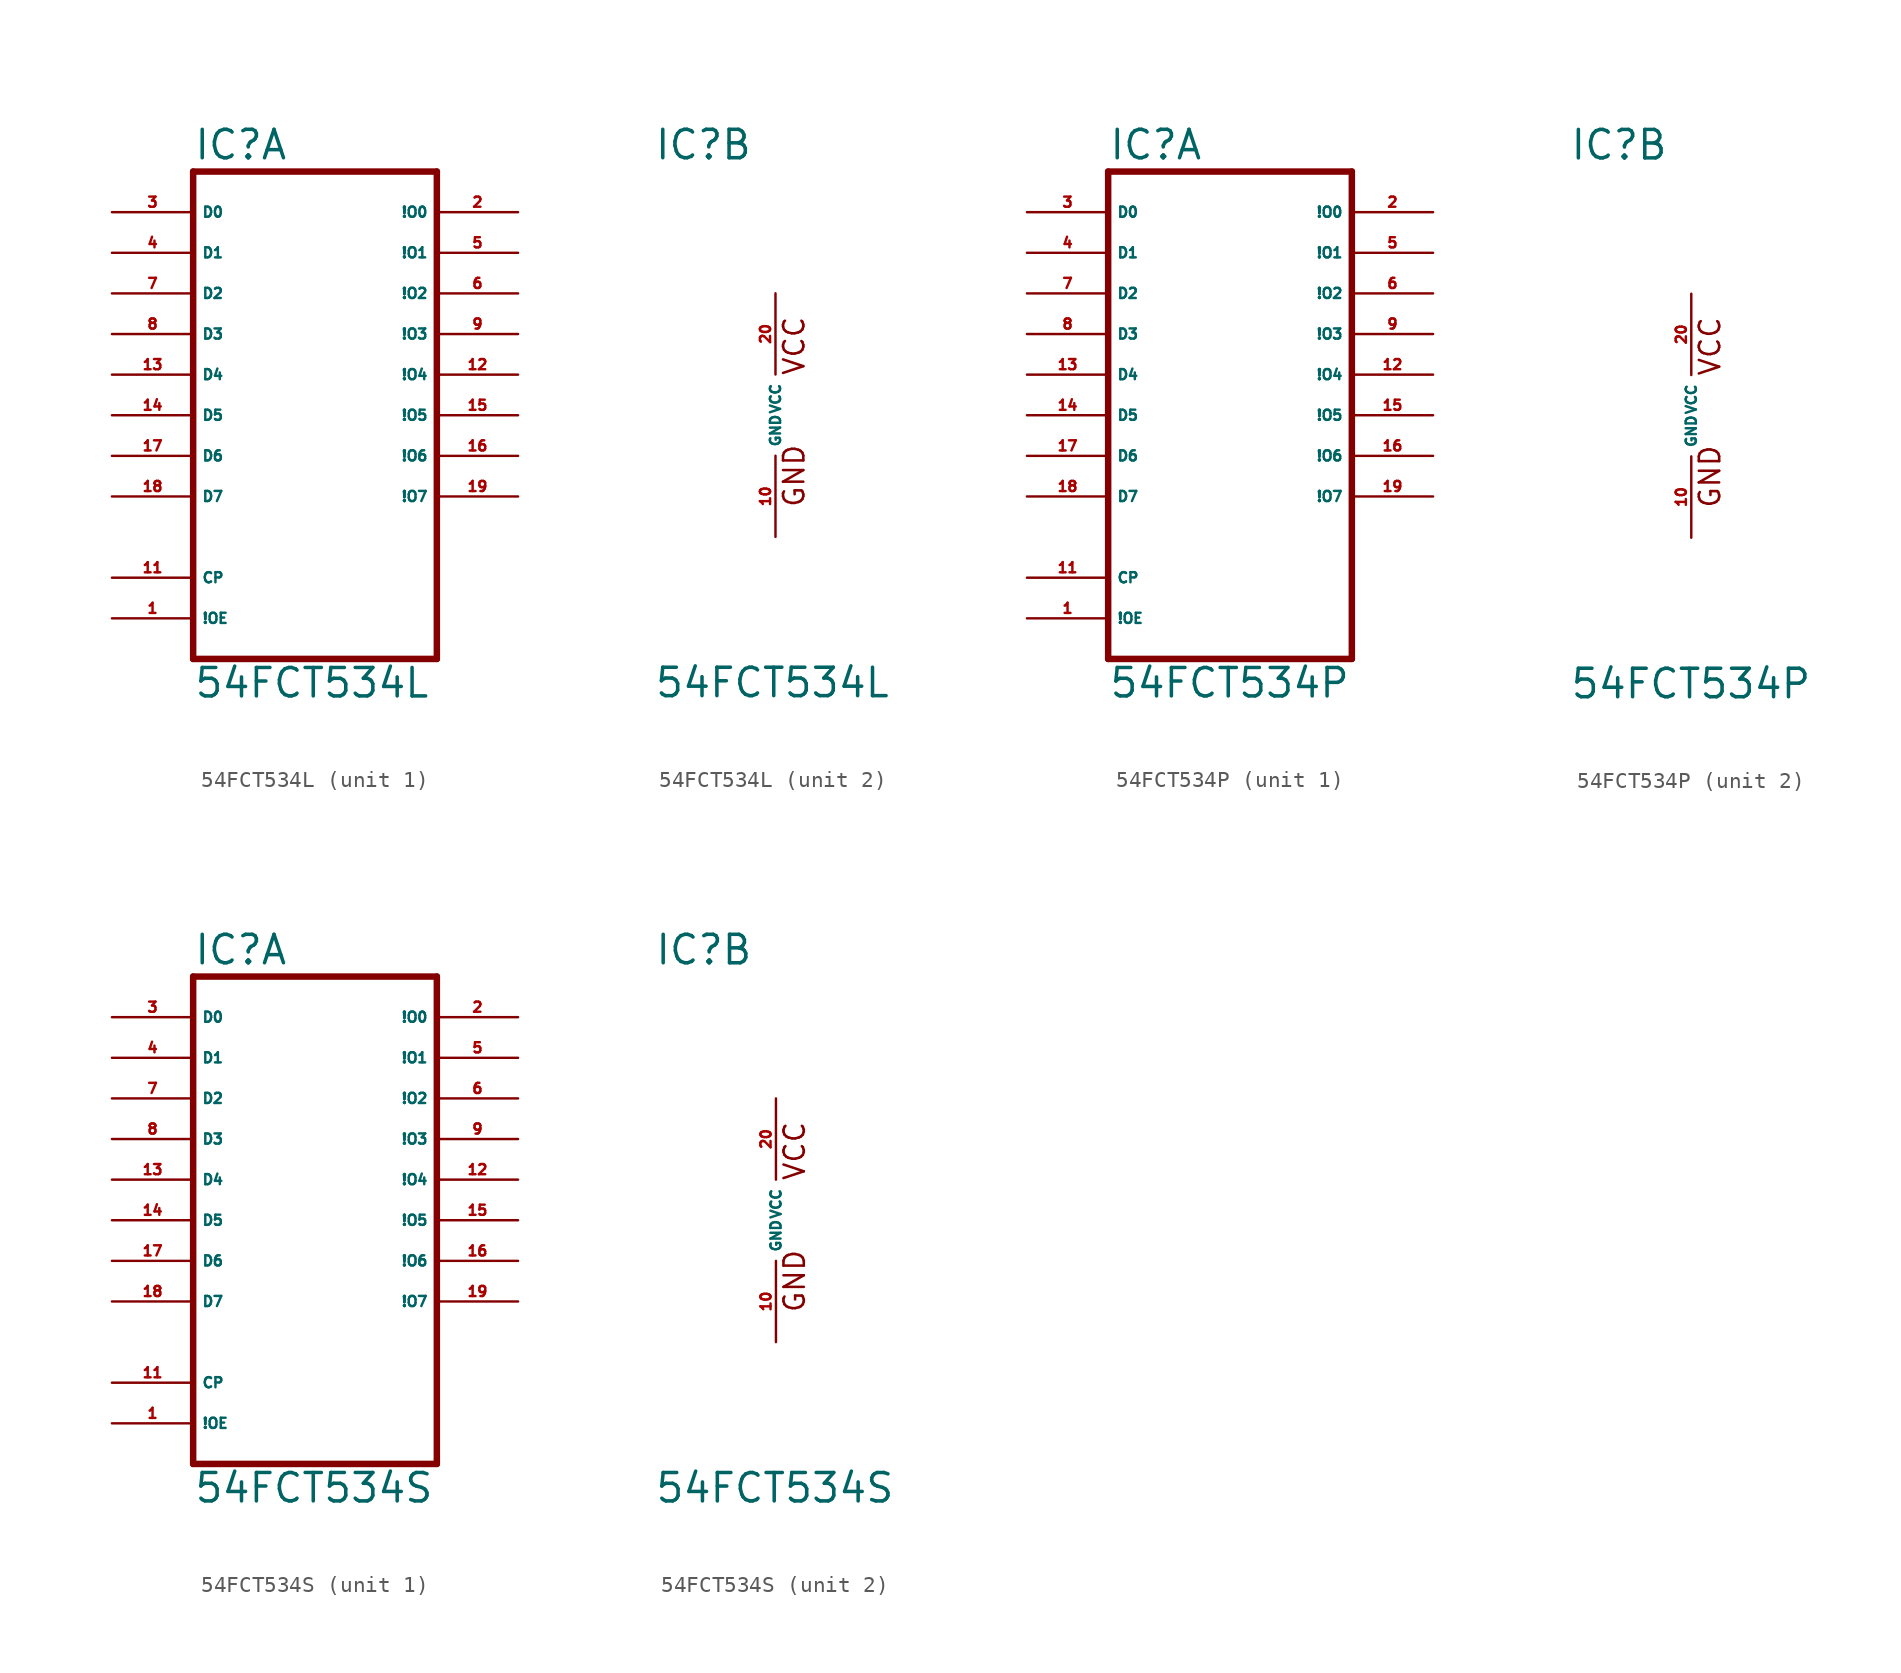
<source format=kicad_sym>
(kicad_symbol_lib
  (version 20220914)
  (generator Eagle2Kicad)
  (symbol "54FCT534L"
    (property "Reference" "IC"
      (at -7.62 15.875 0)
      (effects (font (size 1.778 1.778) (thickness 0.22)) (justify left bottom)))
    (property "Value" "54FCT534L"
      (at -7.62 -17.78 0)
      (effects (font (size 1.778 1.778) (thickness 0.22)) (justify left bottom)))
    (symbol "54FCT534L_1_0"
      (polyline (pts (xy -7.62 -15.24) (xy 7.62 -15.24)) (stroke (width 0.406) (type default)) (fill (type none)))
      (polyline (pts (xy 7.62 -15.24) (xy 7.62 15.24)) (stroke (width 0.406) (type default)) (fill (type none)))
      (polyline (pts (xy 7.62 15.24) (xy -7.62 15.24)) (stroke (width 0.406) (type default)) (fill (type none)))
      (polyline (pts (xy -7.62 15.24) (xy -7.62 -15.24)) (stroke (width 0.406) (type default)) (fill (type none)))
      (pin input line (at -12.7 12.7 0) (length 5.08) (name "D0" (effects (font (size 0.635 0.635) (thickness 0.08)) (justify left bottom))) (number "3" (effects (font (size 0.635 0.635) (thickness 0.08)) (justify left bottom))))
      (pin input line (at -12.7 10.16 0) (length 5.08) (name "D1" (effects (font (size 0.635 0.635) (thickness 0.08)) (justify left bottom))) (number "4" (effects (font (size 0.635 0.635) (thickness 0.08)) (justify left bottom))))
      (pin input line (at -12.7 7.62 0) (length 5.08) (name "D2" (effects (font (size 0.635 0.635) (thickness 0.08)) (justify left bottom))) (number "7" (effects (font (size 0.635 0.635) (thickness 0.08)) (justify left bottom))))
      (pin input line (at -12.7 5.08 0) (length 5.08) (name "D3" (effects (font (size 0.635 0.635) (thickness 0.08)) (justify left bottom))) (number "8" (effects (font (size 0.635 0.635) (thickness 0.08)) (justify left bottom))))
      (pin input line (at -12.7 2.54 0) (length 5.08) (name "D4" (effects (font (size 0.635 0.635) (thickness 0.08)) (justify left bottom))) (number "13" (effects (font (size 0.635 0.635) (thickness 0.08)) (justify left bottom))))
      (pin input line (at -12.7 0 0) (length 5.08) (name "D5" (effects (font (size 0.635 0.635) (thickness 0.08)) (justify left bottom))) (number "14" (effects (font (size 0.635 0.635) (thickness 0.08)) (justify left bottom))))
      (pin input line (at -12.7 -2.54 0) (length 5.08) (name "D6" (effects (font (size 0.635 0.635) (thickness 0.08)) (justify left bottom))) (number "17" (effects (font (size 0.635 0.635) (thickness 0.08)) (justify left bottom))))
      (pin input line (at -12.7 -5.08 0) (length 5.08) (name "D7" (effects (font (size 0.635 0.635) (thickness 0.08)) (justify left bottom))) (number "18" (effects (font (size 0.635 0.635) (thickness 0.08)) (justify left bottom))))
      (pin input line (at -12.7 -10.16 0) (length 5.08) (name "CP" (effects (font (size 0.635 0.635) (thickness 0.08)) (justify left bottom))) (number "11" (effects (font (size 0.635 0.635) (thickness 0.08)) (justify left bottom))))
      (pin input line (at -12.7 -12.7 0) (length 5.08) (name "!OE" (effects (font (size 0.635 0.635) (thickness 0.08)) (justify left bottom))) (number "1" (effects (font (size 0.635 0.635) (thickness 0.08)) (justify left bottom))))
      (pin output line (at 12.7 12.7 180) (length 5.08) (name "!O0" (effects (font (size 0.635 0.635) (thickness 0.08)) (justify left bottom))) (number "2" (effects (font (size 0.635 0.635) (thickness 0.08)) (justify left bottom))))
      (pin output line (at 12.7 10.16 180) (length 5.08) (name "!O1" (effects (font (size 0.635 0.635) (thickness 0.08)) (justify left bottom))) (number "5" (effects (font (size 0.635 0.635) (thickness 0.08)) (justify left bottom))))
      (pin output line (at 12.7 7.62 180) (length 5.08) (name "!O2" (effects (font (size 0.635 0.635) (thickness 0.08)) (justify left bottom))) (number "6" (effects (font (size 0.635 0.635) (thickness 0.08)) (justify left bottom))))
      (pin output line (at 12.7 5.08 180) (length 5.08) (name "!O3" (effects (font (size 0.635 0.635) (thickness 0.08)) (justify left bottom))) (number "9" (effects (font (size 0.635 0.635) (thickness 0.08)) (justify left bottom))))
      (pin output line (at 12.7 2.54 180) (length 5.08) (name "!O4" (effects (font (size 0.635 0.635) (thickness 0.08)) (justify left bottom))) (number "12" (effects (font (size 0.635 0.635) (thickness 0.08)) (justify left bottom))))
      (pin output line (at 12.7 0 180) (length 5.08) (name "!O5" (effects (font (size 0.635 0.635) (thickness 0.08)) (justify left bottom))) (number "15" (effects (font (size 0.635 0.635) (thickness 0.08)) (justify left bottom))))
      (pin output line (at 12.7 -2.54 180) (length 5.08) (name "!O6" (effects (font (size 0.635 0.635) (thickness 0.08)) (justify left bottom))) (number "16" (effects (font (size 0.635 0.635) (thickness 0.08)) (justify left bottom))))
      (pin output line (at 12.7 -5.08 180) (length 5.08) (name "!O7" (effects (font (size 0.635 0.635) (thickness 0.08)) (justify left bottom))) (number "19" (effects (font (size 0.635 0.635) (thickness 0.08)) (justify left bottom)))))
    (symbol "54FCT534L_2_0"
      (text "GND" (at 1.905 -5.842 900) (effects (font (size 1.27 1.27) (thickness 0.16)) (justify left bottom)))
      (text "VCC" (at 1.905 2.413 900) (effects (font (size 1.27 1.27) (thickness 0.16)) (justify left bottom)))
      (pin unspecified line (at 0 7.62 270) (length 5.08) (name "VCC" (effects (font (size 0.635 0.635) (thickness 0.08)) (justify left bottom))) (number "20" (effects (font (size 0.635 0.635) (thickness 0.08)) (justify left bottom))))
      (pin unspecified line (at 0 -7.62 90) (length 5.08) (name "GND" (effects (font (size 0.635 0.635) (thickness 0.08)) (justify left bottom))) (number "10" (effects (font (size 0.635 0.635) (thickness 0.08)) (justify left bottom))))))
  (symbol "54FCT534P"
    (property "Reference" "IC"
      (at -7.62 15.875 0)
      (effects (font (size 1.778 1.778) (thickness 0.22)) (justify left bottom)))
    (property "Value" "54FCT534P"
      (at -7.62 -17.78 0)
      (effects (font (size 1.778 1.778) (thickness 0.22)) (justify left bottom)))
    (symbol "54FCT534P_1_0"
      (polyline (pts (xy -7.62 -15.24) (xy 7.62 -15.24)) (stroke (width 0.406) (type default)) (fill (type none)))
      (polyline (pts (xy 7.62 -15.24) (xy 7.62 15.24)) (stroke (width 0.406) (type default)) (fill (type none)))
      (polyline (pts (xy 7.62 15.24) (xy -7.62 15.24)) (stroke (width 0.406) (type default)) (fill (type none)))
      (polyline (pts (xy -7.62 15.24) (xy -7.62 -15.24)) (stroke (width 0.406) (type default)) (fill (type none)))
      (pin input line (at -12.7 12.7 0) (length 5.08) (name "D0" (effects (font (size 0.635 0.635) (thickness 0.08)) (justify left bottom))) (number "3" (effects (font (size 0.635 0.635) (thickness 0.08)) (justify left bottom))))
      (pin input line (at -12.7 10.16 0) (length 5.08) (name "D1" (effects (font (size 0.635 0.635) (thickness 0.08)) (justify left bottom))) (number "4" (effects (font (size 0.635 0.635) (thickness 0.08)) (justify left bottom))))
      (pin input line (at -12.7 7.62 0) (length 5.08) (name "D2" (effects (font (size 0.635 0.635) (thickness 0.08)) (justify left bottom))) (number "7" (effects (font (size 0.635 0.635) (thickness 0.08)) (justify left bottom))))
      (pin input line (at -12.7 5.08 0) (length 5.08) (name "D3" (effects (font (size 0.635 0.635) (thickness 0.08)) (justify left bottom))) (number "8" (effects (font (size 0.635 0.635) (thickness 0.08)) (justify left bottom))))
      (pin input line (at -12.7 2.54 0) (length 5.08) (name "D4" (effects (font (size 0.635 0.635) (thickness 0.08)) (justify left bottom))) (number "13" (effects (font (size 0.635 0.635) (thickness 0.08)) (justify left bottom))))
      (pin input line (at -12.7 0 0) (length 5.08) (name "D5" (effects (font (size 0.635 0.635) (thickness 0.08)) (justify left bottom))) (number "14" (effects (font (size 0.635 0.635) (thickness 0.08)) (justify left bottom))))
      (pin input line (at -12.7 -2.54 0) (length 5.08) (name "D6" (effects (font (size 0.635 0.635) (thickness 0.08)) (justify left bottom))) (number "17" (effects (font (size 0.635 0.635) (thickness 0.08)) (justify left bottom))))
      (pin input line (at -12.7 -5.08 0) (length 5.08) (name "D7" (effects (font (size 0.635 0.635) (thickness 0.08)) (justify left bottom))) (number "18" (effects (font (size 0.635 0.635) (thickness 0.08)) (justify left bottom))))
      (pin input line (at -12.7 -10.16 0) (length 5.08) (name "CP" (effects (font (size 0.635 0.635) (thickness 0.08)) (justify left bottom))) (number "11" (effects (font (size 0.635 0.635) (thickness 0.08)) (justify left bottom))))
      (pin input line (at -12.7 -12.7 0) (length 5.08) (name "!OE" (effects (font (size 0.635 0.635) (thickness 0.08)) (justify left bottom))) (number "1" (effects (font (size 0.635 0.635) (thickness 0.08)) (justify left bottom))))
      (pin output line (at 12.7 12.7 180) (length 5.08) (name "!O0" (effects (font (size 0.635 0.635) (thickness 0.08)) (justify left bottom))) (number "2" (effects (font (size 0.635 0.635) (thickness 0.08)) (justify left bottom))))
      (pin output line (at 12.7 10.16 180) (length 5.08) (name "!O1" (effects (font (size 0.635 0.635) (thickness 0.08)) (justify left bottom))) (number "5" (effects (font (size 0.635 0.635) (thickness 0.08)) (justify left bottom))))
      (pin output line (at 12.7 7.62 180) (length 5.08) (name "!O2" (effects (font (size 0.635 0.635) (thickness 0.08)) (justify left bottom))) (number "6" (effects (font (size 0.635 0.635) (thickness 0.08)) (justify left bottom))))
      (pin output line (at 12.7 5.08 180) (length 5.08) (name "!O3" (effects (font (size 0.635 0.635) (thickness 0.08)) (justify left bottom))) (number "9" (effects (font (size 0.635 0.635) (thickness 0.08)) (justify left bottom))))
      (pin output line (at 12.7 2.54 180) (length 5.08) (name "!O4" (effects (font (size 0.635 0.635) (thickness 0.08)) (justify left bottom))) (number "12" (effects (font (size 0.635 0.635) (thickness 0.08)) (justify left bottom))))
      (pin output line (at 12.7 0 180) (length 5.08) (name "!O5" (effects (font (size 0.635 0.635) (thickness 0.08)) (justify left bottom))) (number "15" (effects (font (size 0.635 0.635) (thickness 0.08)) (justify left bottom))))
      (pin output line (at 12.7 -2.54 180) (length 5.08) (name "!O6" (effects (font (size 0.635 0.635) (thickness 0.08)) (justify left bottom))) (number "16" (effects (font (size 0.635 0.635) (thickness 0.08)) (justify left bottom))))
      (pin output line (at 12.7 -5.08 180) (length 5.08) (name "!O7" (effects (font (size 0.635 0.635) (thickness 0.08)) (justify left bottom))) (number "19" (effects (font (size 0.635 0.635) (thickness 0.08)) (justify left bottom)))))
    (symbol "54FCT534P_2_0"
      (text "GND" (at 1.905 -5.842 900) (effects (font (size 1.27 1.27) (thickness 0.16)) (justify left bottom)))
      (text "VCC" (at 1.905 2.413 900) (effects (font (size 1.27 1.27) (thickness 0.16)) (justify left bottom)))
      (pin unspecified line (at 0 7.62 270) (length 5.08) (name "VCC" (effects (font (size 0.635 0.635) (thickness 0.08)) (justify left bottom))) (number "20" (effects (font (size 0.635 0.635) (thickness 0.08)) (justify left bottom))))
      (pin unspecified line (at 0 -7.62 90) (length 5.08) (name "GND" (effects (font (size 0.635 0.635) (thickness 0.08)) (justify left bottom))) (number "10" (effects (font (size 0.635 0.635) (thickness 0.08)) (justify left bottom))))))
  (symbol "54FCT534S"
    (property "Reference" "IC"
      (at -7.62 15.875 0)
      (effects (font (size 1.778 1.778) (thickness 0.22)) (justify left bottom)))
    (property "Value" "54FCT534S"
      (at -7.62 -17.78 0)
      (effects (font (size 1.778 1.778) (thickness 0.22)) (justify left bottom)))
    (symbol "54FCT534S_1_0"
      (polyline (pts (xy -7.62 -15.24) (xy 7.62 -15.24)) (stroke (width 0.406) (type default)) (fill (type none)))
      (polyline (pts (xy 7.62 -15.24) (xy 7.62 15.24)) (stroke (width 0.406) (type default)) (fill (type none)))
      (polyline (pts (xy 7.62 15.24) (xy -7.62 15.24)) (stroke (width 0.406) (type default)) (fill (type none)))
      (polyline (pts (xy -7.62 15.24) (xy -7.62 -15.24)) (stroke (width 0.406) (type default)) (fill (type none)))
      (pin input line (at -12.7 12.7 0) (length 5.08) (name "D0" (effects (font (size 0.635 0.635) (thickness 0.08)) (justify left bottom))) (number "3" (effects (font (size 0.635 0.635) (thickness 0.08)) (justify left bottom))))
      (pin input line (at -12.7 10.16 0) (length 5.08) (name "D1" (effects (font (size 0.635 0.635) (thickness 0.08)) (justify left bottom))) (number "4" (effects (font (size 0.635 0.635) (thickness 0.08)) (justify left bottom))))
      (pin input line (at -12.7 7.62 0) (length 5.08) (name "D2" (effects (font (size 0.635 0.635) (thickness 0.08)) (justify left bottom))) (number "7" (effects (font (size 0.635 0.635) (thickness 0.08)) (justify left bottom))))
      (pin input line (at -12.7 5.08 0) (length 5.08) (name "D3" (effects (font (size 0.635 0.635) (thickness 0.08)) (justify left bottom))) (number "8" (effects (font (size 0.635 0.635) (thickness 0.08)) (justify left bottom))))
      (pin input line (at -12.7 2.54 0) (length 5.08) (name "D4" (effects (font (size 0.635 0.635) (thickness 0.08)) (justify left bottom))) (number "13" (effects (font (size 0.635 0.635) (thickness 0.08)) (justify left bottom))))
      (pin input line (at -12.7 0 0) (length 5.08) (name "D5" (effects (font (size 0.635 0.635) (thickness 0.08)) (justify left bottom))) (number "14" (effects (font (size 0.635 0.635) (thickness 0.08)) (justify left bottom))))
      (pin input line (at -12.7 -2.54 0) (length 5.08) (name "D6" (effects (font (size 0.635 0.635) (thickness 0.08)) (justify left bottom))) (number "17" (effects (font (size 0.635 0.635) (thickness 0.08)) (justify left bottom))))
      (pin input line (at -12.7 -5.08 0) (length 5.08) (name "D7" (effects (font (size 0.635 0.635) (thickness 0.08)) (justify left bottom))) (number "18" (effects (font (size 0.635 0.635) (thickness 0.08)) (justify left bottom))))
      (pin input line (at -12.7 -10.16 0) (length 5.08) (name "CP" (effects (font (size 0.635 0.635) (thickness 0.08)) (justify left bottom))) (number "11" (effects (font (size 0.635 0.635) (thickness 0.08)) (justify left bottom))))
      (pin input line (at -12.7 -12.7 0) (length 5.08) (name "!OE" (effects (font (size 0.635 0.635) (thickness 0.08)) (justify left bottom))) (number "1" (effects (font (size 0.635 0.635) (thickness 0.08)) (justify left bottom))))
      (pin output line (at 12.7 12.7 180) (length 5.08) (name "!O0" (effects (font (size 0.635 0.635) (thickness 0.08)) (justify left bottom))) (number "2" (effects (font (size 0.635 0.635) (thickness 0.08)) (justify left bottom))))
      (pin output line (at 12.7 10.16 180) (length 5.08) (name "!O1" (effects (font (size 0.635 0.635) (thickness 0.08)) (justify left bottom))) (number "5" (effects (font (size 0.635 0.635) (thickness 0.08)) (justify left bottom))))
      (pin output line (at 12.7 7.62 180) (length 5.08) (name "!O2" (effects (font (size 0.635 0.635) (thickness 0.08)) (justify left bottom))) (number "6" (effects (font (size 0.635 0.635) (thickness 0.08)) (justify left bottom))))
      (pin output line (at 12.7 5.08 180) (length 5.08) (name "!O3" (effects (font (size 0.635 0.635) (thickness 0.08)) (justify left bottom))) (number "9" (effects (font (size 0.635 0.635) (thickness 0.08)) (justify left bottom))))
      (pin output line (at 12.7 2.54 180) (length 5.08) (name "!O4" (effects (font (size 0.635 0.635) (thickness 0.08)) (justify left bottom))) (number "12" (effects (font (size 0.635 0.635) (thickness 0.08)) (justify left bottom))))
      (pin output line (at 12.7 0 180) (length 5.08) (name "!O5" (effects (font (size 0.635 0.635) (thickness 0.08)) (justify left bottom))) (number "15" (effects (font (size 0.635 0.635) (thickness 0.08)) (justify left bottom))))
      (pin output line (at 12.7 -2.54 180) (length 5.08) (name "!O6" (effects (font (size 0.635 0.635) (thickness 0.08)) (justify left bottom))) (number "16" (effects (font (size 0.635 0.635) (thickness 0.08)) (justify left bottom))))
      (pin output line (at 12.7 -5.08 180) (length 5.08) (name "!O7" (effects (font (size 0.635 0.635) (thickness 0.08)) (justify left bottom))) (number "19" (effects (font (size 0.635 0.635) (thickness 0.08)) (justify left bottom)))))
    (symbol "54FCT534S_2_0"
      (text "GND" (at 1.905 -5.842 900) (effects (font (size 1.27 1.27) (thickness 0.16)) (justify left bottom)))
      (text "VCC" (at 1.905 2.413 900) (effects (font (size 1.27 1.27) (thickness 0.16)) (justify left bottom)))
      (pin unspecified line (at 0 7.62 270) (length 5.08) (name "VCC" (effects (font (size 0.635 0.635) (thickness 0.08)) (justify left bottom))) (number "20" (effects (font (size 0.635 0.635) (thickness 0.08)) (justify left bottom))))
      (pin unspecified line (at 0 -7.62 90) (length 5.08) (name "GND" (effects (font (size 0.635 0.635) (thickness 0.08)) (justify left bottom))) (number "10" (effects (font (size 0.635 0.635) (thickness 0.08)) (justify left bottom)))))))
</source>
